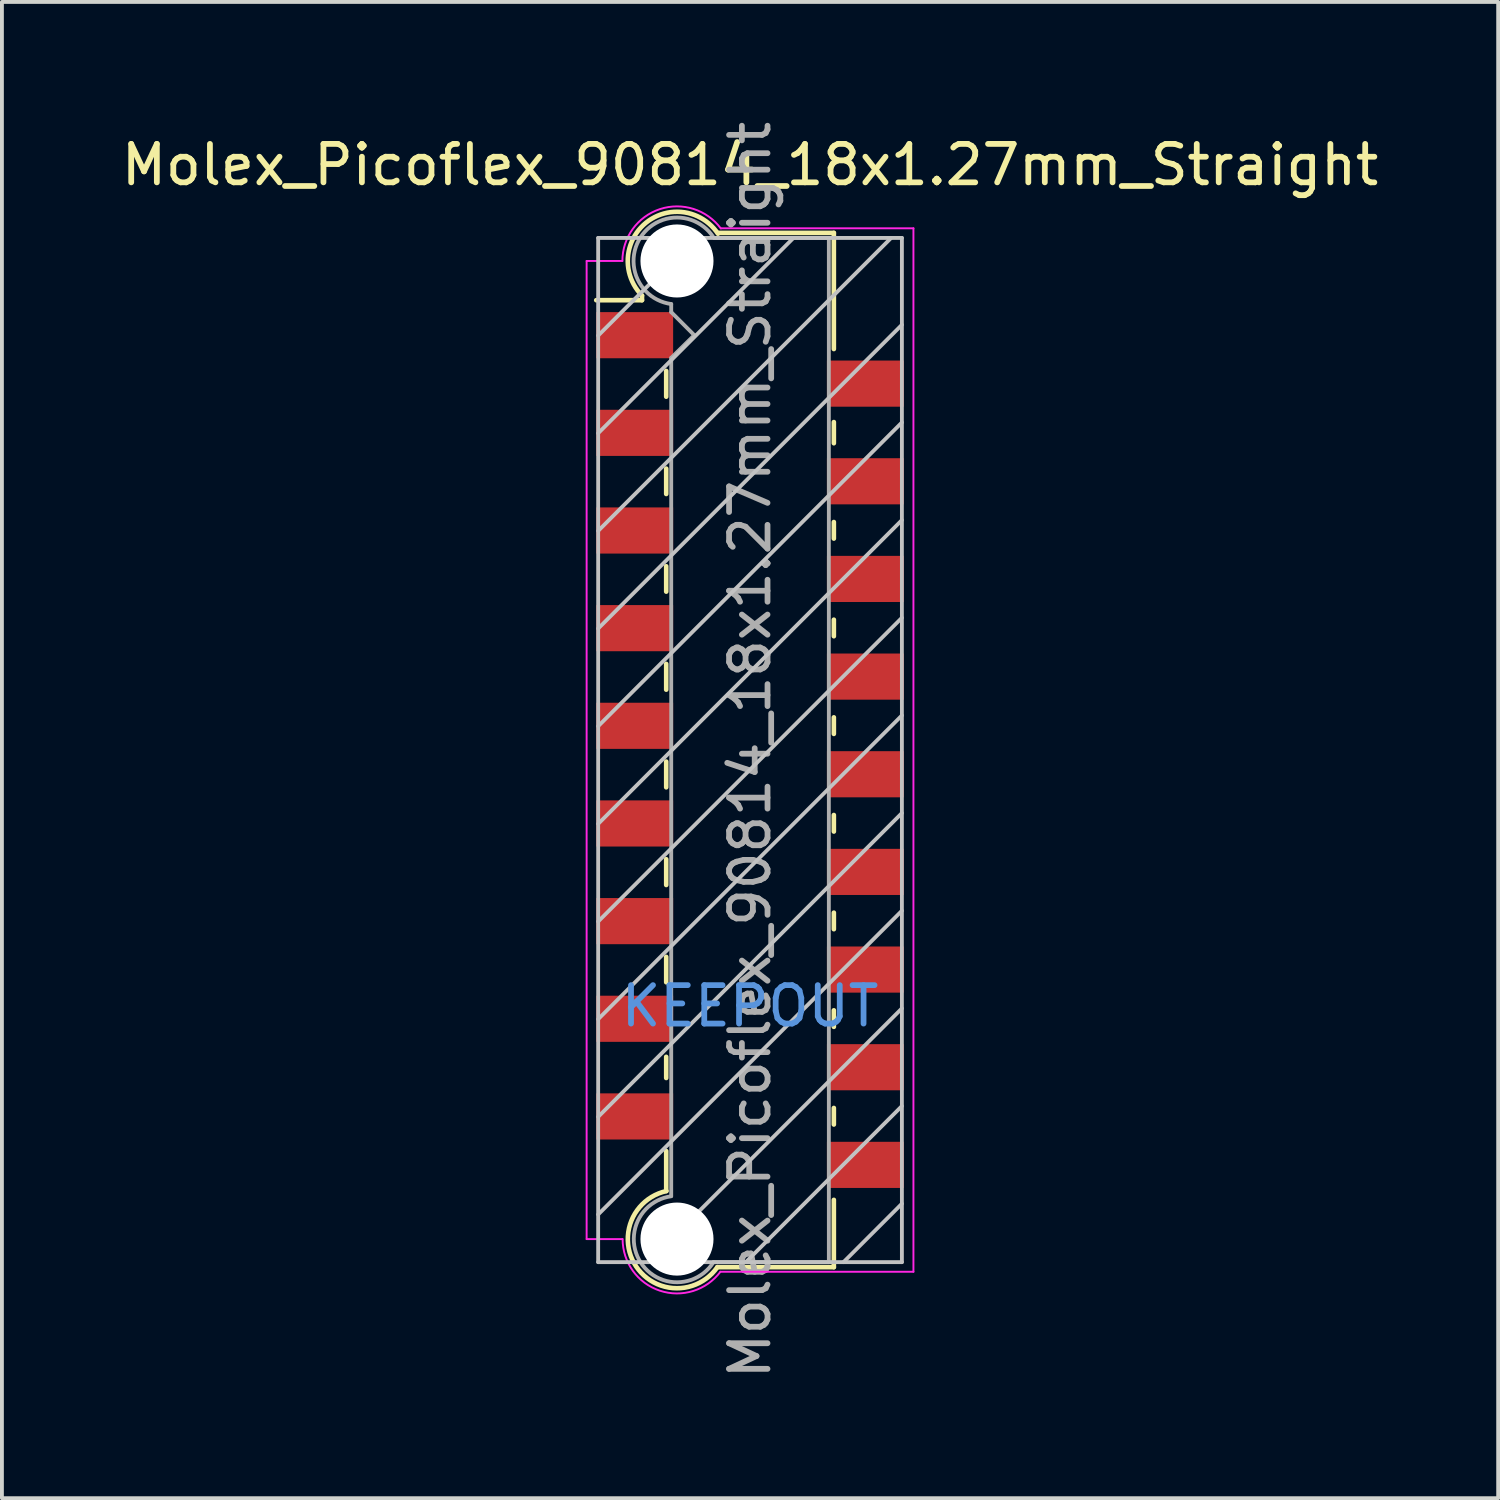
<source format=kicad_pcb>
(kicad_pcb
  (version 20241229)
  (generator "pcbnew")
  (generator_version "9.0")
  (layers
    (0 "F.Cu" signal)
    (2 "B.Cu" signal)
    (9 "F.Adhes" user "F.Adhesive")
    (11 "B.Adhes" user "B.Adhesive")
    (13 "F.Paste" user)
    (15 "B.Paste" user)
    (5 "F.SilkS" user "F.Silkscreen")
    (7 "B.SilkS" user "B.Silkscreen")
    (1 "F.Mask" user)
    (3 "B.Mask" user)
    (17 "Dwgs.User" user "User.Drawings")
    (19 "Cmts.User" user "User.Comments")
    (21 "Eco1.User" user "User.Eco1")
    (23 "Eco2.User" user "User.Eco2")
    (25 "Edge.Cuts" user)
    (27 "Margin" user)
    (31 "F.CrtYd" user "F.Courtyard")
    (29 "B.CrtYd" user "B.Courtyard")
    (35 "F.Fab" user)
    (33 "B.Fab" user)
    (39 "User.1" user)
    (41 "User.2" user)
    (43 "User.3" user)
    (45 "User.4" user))
  (footprint "Molex_Picoflex_90814_18x1.27mm_Straight"
    (layer "F.Cu")
    (at 16.458 16.458)
    (property "Reference" "Molex_Picoflex_90814_18x1.27mm_Straight" (at 0 -15.22 0) (layer "F.SilkS") (effects (font (size 1 1) (thickness 0.15))))
    (attr smd)
    (fp_line (start -2.81 -11.82) (end -2.81 -11.7) (stroke (width 0.12) (type solid)) (layer "F.SilkS"))
    (fp_line (start -2.81 -11.7) (end -4 -11.7) (stroke (width 0.12) (type solid)) (layer "F.SilkS"))
    (fp_line (start -2.18 -9.19) (end -2.18 -9.86) (stroke (width 0.12) (type solid)) (layer "F.SilkS"))
    (fp_line (start -2.18 -6.66) (end -2.18 -7.32) (stroke (width 0.12) (type solid)) (layer "F.SilkS"))
    (fp_line (start -2.18 -4.12) (end -2.18 -4.78) (stroke (width 0.12) (type solid)) (layer "F.SilkS"))
    (fp_line (start -2.18 -1.57) (end -2.18 -2.24) (stroke (width 0.12) (type solid)) (layer "F.SilkS"))
    (fp_line (start -2.18 0.97) (end -2.18 0.3) (stroke (width 0.12) (type solid)) (layer "F.SilkS"))
    (fp_line (start -2.18 3.51) (end -2.18 2.84) (stroke (width 0.12) (type solid)) (layer "F.SilkS"))
    (fp_line (start -2.18 6.04) (end -2.18 5.38) (stroke (width 0.12) (type solid)) (layer "F.SilkS"))
    (fp_line (start -2.18 8.53) (end -2.18 7.98) (stroke (width 0.12) (type solid)) (layer "F.SilkS"))
    (fp_line (start -2.18 11.47) (end -2.18 10.43) (stroke (width 0.12) (type solid)) (layer "F.SilkS"))
    (fp_line (start 2.18 -13.45) (end -0.82 -13.45) (stroke (width 0.12) (type solid)) (layer "F.SilkS"))
    (fp_line (start 2.18 -13.45) (end 2.18 -10.43) (stroke (width 0.12) (type solid)) (layer "F.SilkS"))
    (fp_line (start 2.18 -8.53) (end 2.18 -7.98) (stroke (width 0.12) (type solid)) (layer "F.SilkS"))
    (fp_line (start 2.18 -5.93) (end 2.18 -5.5) (stroke (width 0.12) (type solid)) (layer "F.SilkS"))
    (fp_line (start 2.18 -3.39) (end 2.18 -2.96) (stroke (width 0.12) (type solid)) (layer "F.SilkS"))
    (fp_line (start 2.18 -0.85) (end 2.18 -0.42) (stroke (width 0.12) (type solid)) (layer "F.SilkS"))
    (fp_line (start 2.18 1.69) (end 2.18 2.12) (stroke (width 0.12) (type solid)) (layer "F.SilkS"))
    (fp_line (start 2.18 4.23) (end 2.18 4.66) (stroke (width 0.12) (type solid)) (layer "F.SilkS"))
    (fp_line (start 2.18 6.77) (end 2.18 7.2) (stroke (width 0.12) (type solid)) (layer "F.SilkS"))
    (fp_line (start 2.18 9.31) (end 2.18 9.74) (stroke (width 0.12) (type solid)) (layer "F.SilkS"))
    (fp_line (start 2.18 11.7) (end 2.18 13.45) (stroke (width 0.12) (type solid)) (layer "F.SilkS"))
    (fp_line (start 2.18 13.45) (end -0.85 13.45) (stroke (width 0.12) (type solid)) (layer "F.SilkS"))
    (fp_arc (start -2.81 -11.82) (mid -2.708637 -13.712072) (end -0.834991 -13.429828) (stroke (width 0.12) (type solid)) (layer "F.SilkS"))
    (fp_arc (start -0.85 13.45) (mid -2.962791 13.431248) (end -2.174424 11.470964) (stroke (width 0.12) (type solid)) (layer "F.SilkS"))
    (fp_line (start -3.95 -13.32) (end -3.95 13.32) (stroke (width 0.1) (type solid)) (layer "Dwgs.User"))
    (fp_line (start -3.95 -10.78) (end -1.41 -13.32) (stroke (width 0.1) (type solid)) (layer "Dwgs.User"))
    (fp_line (start -3.95 -8.24) (end 1.13 -13.32) (stroke (width 0.1) (type solid)) (layer "Dwgs.User"))
    (fp_line (start -3.95 -5.7) (end 3.67 -13.32) (stroke (width 0.1) (type solid)) (layer "Dwgs.User"))
    (fp_line (start -3.95 -3.16) (end 3.95 -11.06) (stroke (width 0.1) (type solid)) (layer "Dwgs.User"))
    (fp_line (start -3.95 -0.62) (end 3.95 -8.52) (stroke (width 0.1) (type solid)) (layer "Dwgs.User"))
    (fp_line (start -3.95 1.92) (end 3.95 -5.98) (stroke (width 0.1) (type solid)) (layer "Dwgs.User"))
    (fp_line (start -3.95 4.46) (end 3.95 -3.44) (stroke (width 0.1) (type solid)) (layer "Dwgs.User"))
    (fp_line (start -3.95 7) (end 3.95 -0.9) (stroke (width 0.1) (type solid)) (layer "Dwgs.User"))
    (fp_line (start -3.95 9.54) (end 3.95 1.64) (stroke (width 0.1) (type solid)) (layer "Dwgs.User"))
    (fp_line (start -3.95 12.08) (end 3.95 4.18) (stroke (width 0.1) (type solid)) (layer "Dwgs.User"))
    (fp_line (start -3.95 13.32) (end 3.95 13.32) (stroke (width 0.1) (type solid)) (layer "Dwgs.User"))
    (fp_line (start -2.65 13.32) (end 3.95 6.72) (stroke (width 0.1) (type solid)) (layer "Dwgs.User"))
    (fp_line (start -0.11 13.32) (end 3.95 9.26) (stroke (width 0.1) (type solid)) (layer "Dwgs.User"))
    (fp_line (start 2.43 13.32) (end 3.95 11.8) (stroke (width 0.1) (type solid)) (layer "Dwgs.User"))
    (fp_line (start 3.95 -13.32) (end -3.95 -13.32) (stroke (width 0.1) (type solid)) (layer "Dwgs.User"))
    (fp_line (start 3.95 13.32) (end 3.95 -13.32) (stroke (width 0.1) (type solid)) (layer "Dwgs.User"))
    (fp_line (start -4.25 12.72) (end -4.25 -12.72) (stroke (width 0.05) (type solid)) (layer "F.CrtYd"))
    (fp_line (start -3.32 -12.72) (end -4.25 -12.72) (stroke (width 0.05) (type solid)) (layer "F.CrtYd"))
    (fp_line (start -3.32 12.72) (end -4.25 12.72) (stroke (width 0.05) (type solid)) (layer "F.CrtYd"))
    (fp_line (start 4.25 -13.57) (end -0.76 -13.57) (stroke (width 0.05) (type solid)) (layer "F.CrtYd"))
    (fp_line (start 4.25 -13.57) (end 4.25 13.57) (stroke (width 0.05) (type solid)) (layer "F.CrtYd"))
    (fp_line (start 4.25 13.57) (end -0.77 13.57) (stroke (width 0.05) (type solid)) (layer "F.CrtYd"))
    (fp_arc (start -3.32 -12.72) (mid -2.344692 -14.068573) (end -0.758523 -13.564648) (stroke (width 0.05) (type solid)) (layer "F.CrtYd"))
    (fp_arc (start -0.77 13.57) (mid -2.348691 14.060924) (end -3.314001 12.718743) (stroke (width 0.05) (type solid)) (layer "F.CrtYd"))
    (fp_line (start -2.05 -11.39) (end -2.05 -11.6) (stroke (width 0.1) (type solid)) (layer "F.Fab"))
    (fp_line (start -2.05 -10.2) (end -1.45 -10.79) (stroke (width 0.1) (type solid)) (layer "F.Fab"))
    (fp_line (start -2.05 11.6) (end -2.05 -10.2) (stroke (width 0.1) (type solid)) (layer "F.Fab"))
    (fp_line (start -1.45 -10.79) (end -2.05 -11.39) (stroke (width 0.1) (type solid)) (layer "F.Fab"))
    (fp_line (start 2.05 -13.32) (end -0.93 -13.32) (stroke (width 0.1) (type solid)) (layer "F.Fab"))
    (fp_line (start 2.05 -13.32) (end 2.05 13.32) (stroke (width 0.1) (type solid)) (layer "F.Fab"))
    (fp_line (start 2.05 13.32) (end -0.95 13.32) (stroke (width 0.1) (type solid)) (layer "F.Fab"))
    (fp_arc (start -2.05 -11.6) (mid -2.851672 -13.329279) (end -0.945612 -13.325015) (stroke (width 0.1) (type solid)) (layer "F.Fab"))
    (fp_arc (start -0.95 13.32) (mid -2.845272 13.327422) (end -2.051022 11.606585) (stroke (width 0.1) (type solid)) (layer "F.Fab"))
    (fp_text user "KEEPOUT" (at 0 6.66 0) (layer "Cmts.User") (effects (font (size 1 1) (thickness 0.15))))
    (fp_text user "${REFERENCE}" (at 0 0 90) (layer "F.Fab") (effects (font (size 1 1) (thickness 0.15))))
    (pad "" np_thru_hole circle (at -1.9 -12.72) (size 1.9 1.9) (drill 1.9) (layers "*.Cu"))
    (pad "" np_thru_hole circle (at -1.9 12.72) (size 1.9 1.9) (drill 1.9) (layers "*.Cu"))
    (pad "1" smd rect (at -3 -10.79) (size 2 1.2) (layers "F.Cu" "F.Mask" "F.Paste"))
    (pad "2" smd rect (at 3 -9.53) (size 2 1.2) (layers "F.Cu" "F.Mask" "F.Paste"))
    (pad "3" smd rect (at -3 -8.25) (size 2 1.2) (layers "F.Cu" "F.Mask" "F.Paste"))
    (pad "4" smd rect (at 3 -6.99) (size 2 1.2) (layers "F.Cu" "F.Mask" "F.Paste"))
    (pad "5" smd rect (at -3 -5.71) (size 2 1.2) (layers "F.Cu" "F.Mask" "F.Paste"))
    (pad "6" smd rect (at 3 -4.45) (size 2 1.2) (layers "F.Cu" "F.Mask" "F.Paste"))
    (pad "7" smd rect (at -3 -3.17) (size 2 1.2) (layers "F.Cu" "F.Mask" "F.Paste"))
    (pad "8" smd rect (at 3 -1.91) (size 2 1.2) (layers "F.Cu" "F.Mask" "F.Paste"))
    (pad "9" smd rect (at -3 -0.63) (size 2 1.2) (layers "F.Cu" "F.Mask" "F.Paste"))
    (pad "10" smd rect (at 3 0.63) (size 2 1.2) (layers "F.Cu" "F.Mask" "F.Paste"))
    (pad "11" smd rect (at -3 1.91) (size 2 1.2) (layers "F.Cu" "F.Mask" "F.Paste"))
    (pad "12" smd rect (at 3 3.17) (size 2 1.2) (layers "F.Cu" "F.Mask" "F.Paste"))
    (pad "13" smd rect (at -3 4.45) (size 2 1.2) (layers "F.Cu" "F.Mask" "F.Paste"))
    (pad "14" smd rect (at 3 5.71) (size 2 1.2) (layers "F.Cu" "F.Mask" "F.Paste"))
    (pad "15" smd rect (at -3 6.99) (size 2 1.2) (layers "F.Cu" "F.Mask" "F.Paste"))
    (pad "16" smd rect (at 3 8.25) (size 2 1.2) (layers "F.Cu" "F.Mask" "F.Paste"))
    (pad "17" smd rect (at -3 9.53) (size 2 1.2) (layers "F.Cu" "F.Mask" "F.Paste"))
    (pad "18" smd rect (at 3 10.79) (size 2 1.2) (layers "F.Cu" "F.Mask" "F.Paste")))
  (gr_rect
    (start -3 -3)
    (end 35.917 35.917)
    (stroke (width 0.1) (type default))
    (fill no)
    (layer "Edge.Cuts")))
</source>
